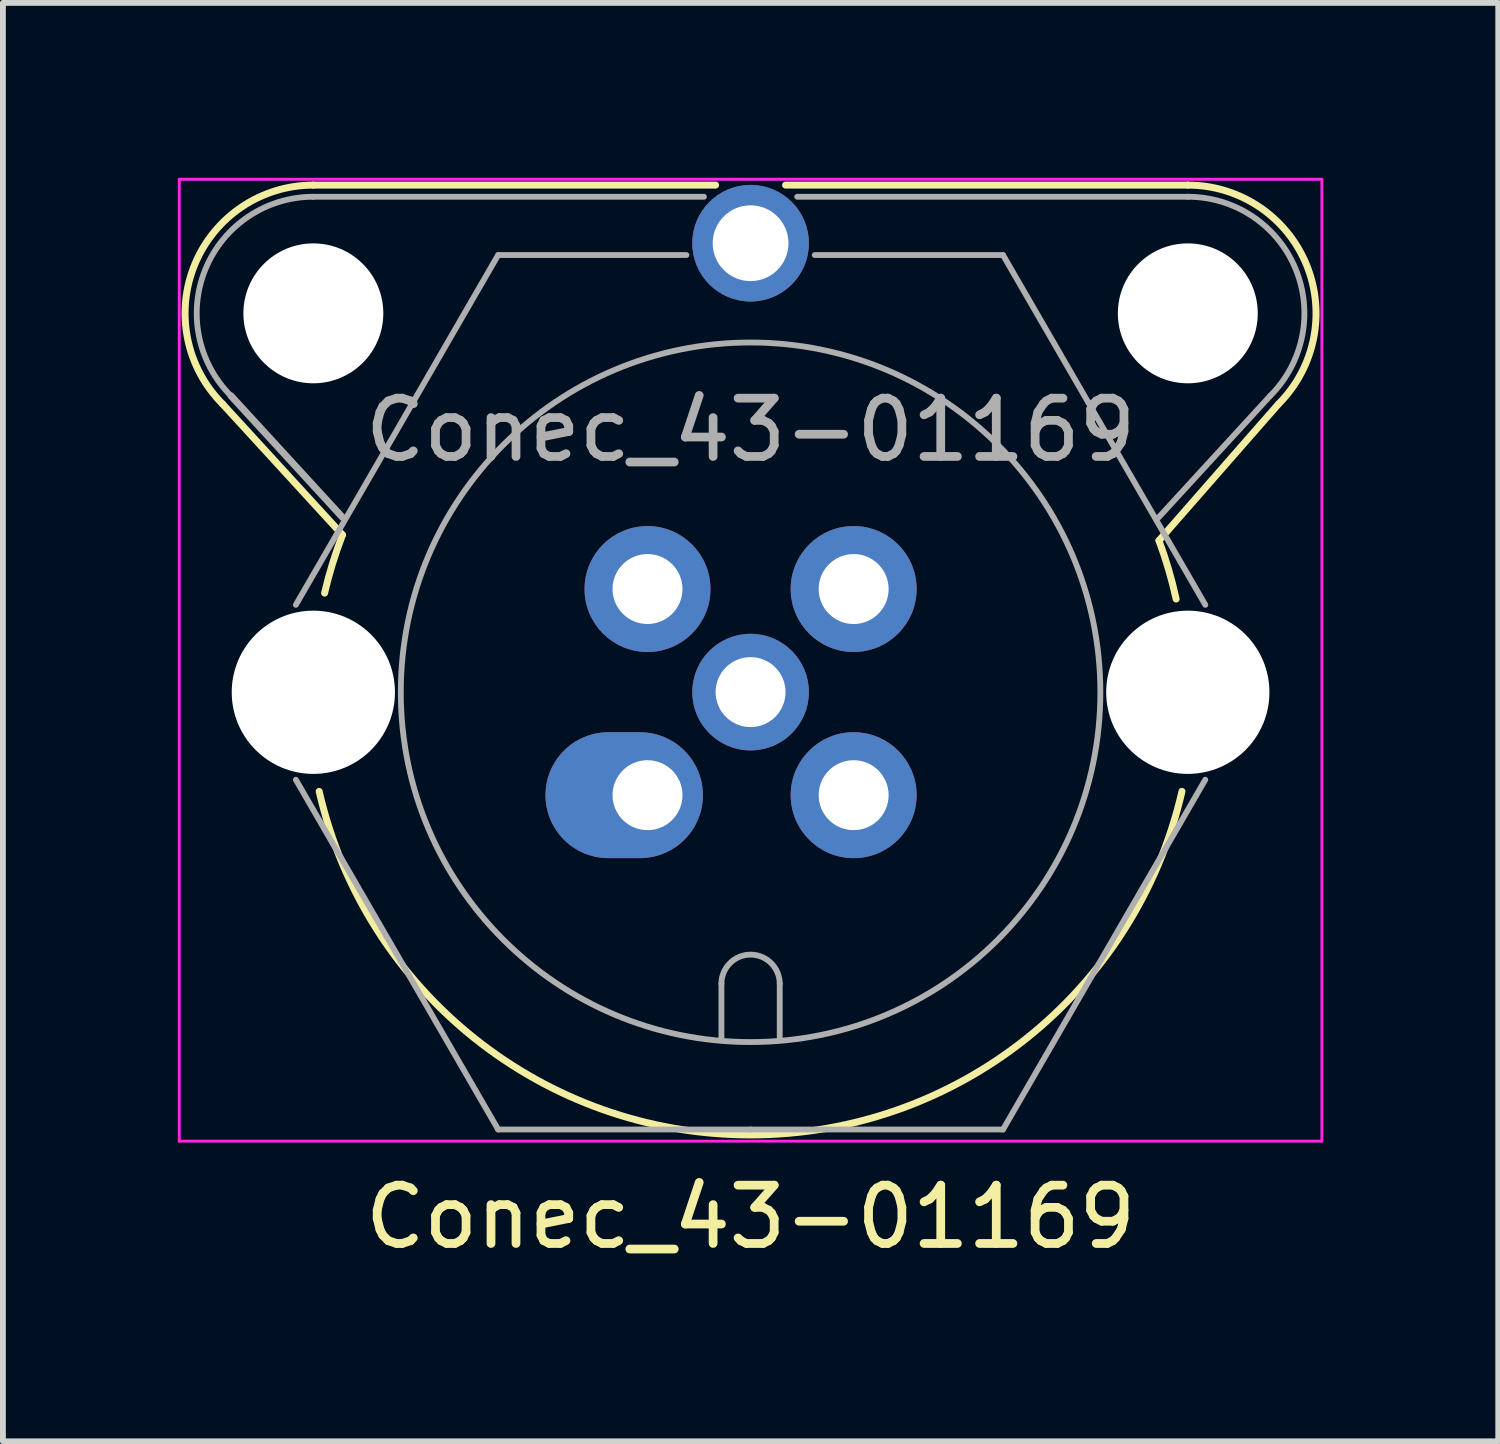
<source format=kicad_pcb>
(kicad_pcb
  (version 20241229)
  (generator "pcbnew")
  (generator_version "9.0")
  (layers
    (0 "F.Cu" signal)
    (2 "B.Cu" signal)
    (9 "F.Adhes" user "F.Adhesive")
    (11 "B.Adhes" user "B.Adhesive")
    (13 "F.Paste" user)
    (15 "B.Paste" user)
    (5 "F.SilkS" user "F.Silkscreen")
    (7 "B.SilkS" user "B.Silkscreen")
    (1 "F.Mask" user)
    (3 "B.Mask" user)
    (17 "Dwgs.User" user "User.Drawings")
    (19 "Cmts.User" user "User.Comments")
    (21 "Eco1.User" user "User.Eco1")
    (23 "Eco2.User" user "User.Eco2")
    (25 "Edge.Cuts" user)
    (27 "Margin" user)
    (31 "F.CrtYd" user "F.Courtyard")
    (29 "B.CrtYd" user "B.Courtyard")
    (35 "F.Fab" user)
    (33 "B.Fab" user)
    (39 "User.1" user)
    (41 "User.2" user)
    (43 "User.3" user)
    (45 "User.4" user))
  (footprint "Conec_43-01169"
    (layer "F.Cu")
    (at 8.057 10.59)
    (property "Reference" "Conec_43-01169" (at 1.768 7.235 0) (layer "F.SilkS") (effects (font (size 1 1) (thickness 0.15))))
    (attr through_hole)
    (fp_line (start -7.288 -6.709) (end -5.232 -4.465) (stroke (width 0.12) (type solid)) (layer "F.SilkS"))
    (fp_line (start -5.732 -10.465) (end 1.168 -10.465) (stroke (width 0.12) (type solid)) (layer "F.SilkS"))
    (fp_line (start 2.368 -10.465) (end 9.268 -10.465) (stroke (width 0.12) (type solid)) (layer "F.SilkS"))
    (fp_line (start 10.823 -6.709) (end 8.773 -4.367) (stroke (width 0.12) (type solid)) (layer "F.SilkS"))
    (fp_arc (start -7.287868 -6.709217) (mid -7.764768 -9.106756) (end -5.732233 -10.464852) (stroke (width 0.12) (type solid)) (layer "F.SilkS"))
    (fp_arc (start -5.539375 -3.466515) (mid -5.403198 -3.971035) (end -5.232232 -4.464851) (stroke (width 0.12) (type solid)) (layer "F.SilkS"))
    (fp_arc (start 8.773413 -4.366948) (mid 8.938117 -3.871048) (end 9.067766 -3.364851) (stroke (width 0.12) (type solid)) (layer "F.SilkS"))
    (fp_arc (start 9.167767 -0.064852) (mid 1.767767 5.827908) (end -5.632233 -0.064852) (stroke (width 0.12) (type solid)) (layer "F.SilkS"))
    (fp_arc (start 9.267767 -10.464852) (mid 11.300302 -9.106756) (end 10.823402 -6.709217) (stroke (width 0.12) (type solid)) (layer "F.SilkS"))
    (fp_line (start -8.032 -10.565) (end -8.032 5.935) (stroke (width 0.05) (type solid)) (layer "F.CrtYd"))
    (fp_line (start -8.032 -10.565) (end 11.568 -10.565) (stroke (width 0.05) (type solid)) (layer "F.CrtYd"))
    (fp_line (start -8.032 5.935) (end 11.568 5.935) (stroke (width 0.05) (type solid)) (layer "F.CrtYd"))
    (fp_line (start 11.568 -10.565) (end 11.568 5.935) (stroke (width 0.05) (type solid)) (layer "F.CrtYd"))
    (fp_line (start -7.146 -6.851) (end -5.232 -4.765) (stroke (width 0.12) (type solid)) (layer "F.Fab"))
    (fp_line (start -6.032 -3.265) (end -2.562 -9.265) (stroke (width 0.1) (type solid)) (layer "F.Fab"))
    (fp_line (start -5.732 -10.265) (end 0.968 -10.265) (stroke (width 0.1) (type solid)) (layer "F.Fab"))
    (fp_line (start -2.562 5.735) (end -6.032 -0.265) (stroke (width 0.1) (type solid)) (layer "F.Fab"))
    (fp_line (start -2.562 5.735) (end 1.768 5.735) (stroke (width 0.1) (type solid)) (layer "F.Fab"))
    (fp_line (start 0.668 -9.265) (end -2.562 -9.265) (stroke (width 0.1) (type solid)) (layer "F.Fab"))
    (fp_line (start 1.268 3.235) (end 1.268 4.185) (stroke (width 0.1) (type solid)) (layer "F.Fab"))
    (fp_line (start 2.268 3.235) (end 2.268 4.185) (stroke (width 0.1) (type solid)) (layer "F.Fab"))
    (fp_line (start 2.568 -10.265) (end 9.268 -10.265) (stroke (width 0.1) (type solid)) (layer "F.Fab"))
    (fp_line (start 2.868 -9.265) (end 6.098 -9.265) (stroke (width 0.1) (type solid)) (layer "F.Fab"))
    (fp_line (start 6.098 5.735) (end 1.768 5.735) (stroke (width 0.1) (type solid)) (layer "F.Fab"))
    (fp_line (start 9.568 -3.265) (end 6.098 -9.265) (stroke (width 0.1) (type solid)) (layer "F.Fab"))
    (fp_line (start 9.568 -0.265) (end 6.098 5.735) (stroke (width 0.1) (type solid)) (layer "F.Fab"))
    (fp_line (start 10.682 -6.851) (end 8.768 -4.765) (stroke (width 0.1) (type solid)) (layer "F.Fab"))
    (fp_arc (start -7.146447 -6.850638) (mid -7.579993 -9.030219) (end -5.732233 -10.264852) (stroke (width 0.1) (type solid)) (layer "F.Fab"))
    (fp_arc (start 1.267767 3.235148) (mid 1.767767 2.735148) (end 2.267767 3.235148) (stroke (width 0.1) (type solid)) (layer "F.Fab"))
    (fp_arc (start 9.267767 -10.264852) (mid 11.115526 -9.030219) (end 10.681981 -6.850638) (stroke (width 0.1) (type solid)) (layer "F.Fab"))
    (fp_circle (center 0 -3.535) (end -0.4 -3.535) (stroke (width 0.1) (type solid)) (fill no) (layer "F.Fab"))
    (fp_circle (center 0 -0.005) (end -0.4 -0.005) (stroke (width 0.1) (type solid)) (fill no) (layer "F.Fab"))
    (fp_circle (center 1.768 -1.765) (end 1.368 -1.765) (stroke (width 0.1) (type solid)) (fill no) (layer "F.Fab"))
    (fp_circle (center 1.768 -1.765) (end 7.768 -1.765) (stroke (width 0.1) (type solid)) (fill no) (layer "F.Fab"))
    (fp_circle (center 3.536 -3.535) (end 3.136 -3.535) (stroke (width 0.1) (type solid)) (fill no) (layer "F.Fab"))
    (fp_circle (center 3.536 -0.005) (end 3.136 -0.005) (stroke (width 0.1) (type solid)) (fill no) (layer "F.Fab"))
    (fp_text user "${REFERENCE}" (at 1.768 -6.265 0) (layer "F.Fab") (effects (font (size 1 1) (thickness 0.15))))
    (pad "" np_thru_hole circle (at -5.732 -8.265) (size 2.4 2.4) (drill 2.4) (layers "*.Cu" "*.Mask"))
    (pad "" np_thru_hole circle (at -5.732 -1.765) (size 2.8 2.8) (drill 2.8) (layers "*.Cu" "*.Mask"))
    (pad "" np_thru_hole circle (at 9.268 -8.265) (size 2.4 2.4) (drill 2.4) (layers "*.Cu" "*.Mask"))
    (pad "" np_thru_hole circle (at 9.268 -1.765) (size 2.8 2.8) (drill 2.8) (layers "*.Cu" "*.Mask"))
    (pad "1" thru_hole oval (at 0 0) (size 2.7 2.16) (drill 1.2 (offset -0.4 0)) (layers "*.Cu" "*.Mask"))
    (pad "2" thru_hole circle (at 3.536 0) (size 2.16 2.16) (drill 1.2) (layers "*.Cu" "*.Mask"))
    (pad "3" thru_hole circle (at 3.536 -3.536) (size 2.16 2.16) (drill 1.2) (layers "*.Cu" "*.Mask"))
    (pad "4" thru_hole circle (at 0 -3.536) (size 2.16 2.16) (drill 1.2) (layers "*.Cu" "*.Mask"))
    (pad "5" thru_hole circle (at 1.768 -1.768) (size 2 2) (drill 1.2) (layers "*.Cu" "*.Mask"))
    (pad "6" thru_hole circle (at 1.768 -9.468) (size 2 2) (drill 1.3) (layers "*.Cu" "*.Mask")))
  (gr_rect
    (start -3 -3)
    (end 22.65 21.673)
    (stroke (width 0.1) (type default))
    (fill no)
    (layer "Edge.Cuts")))
</source>
